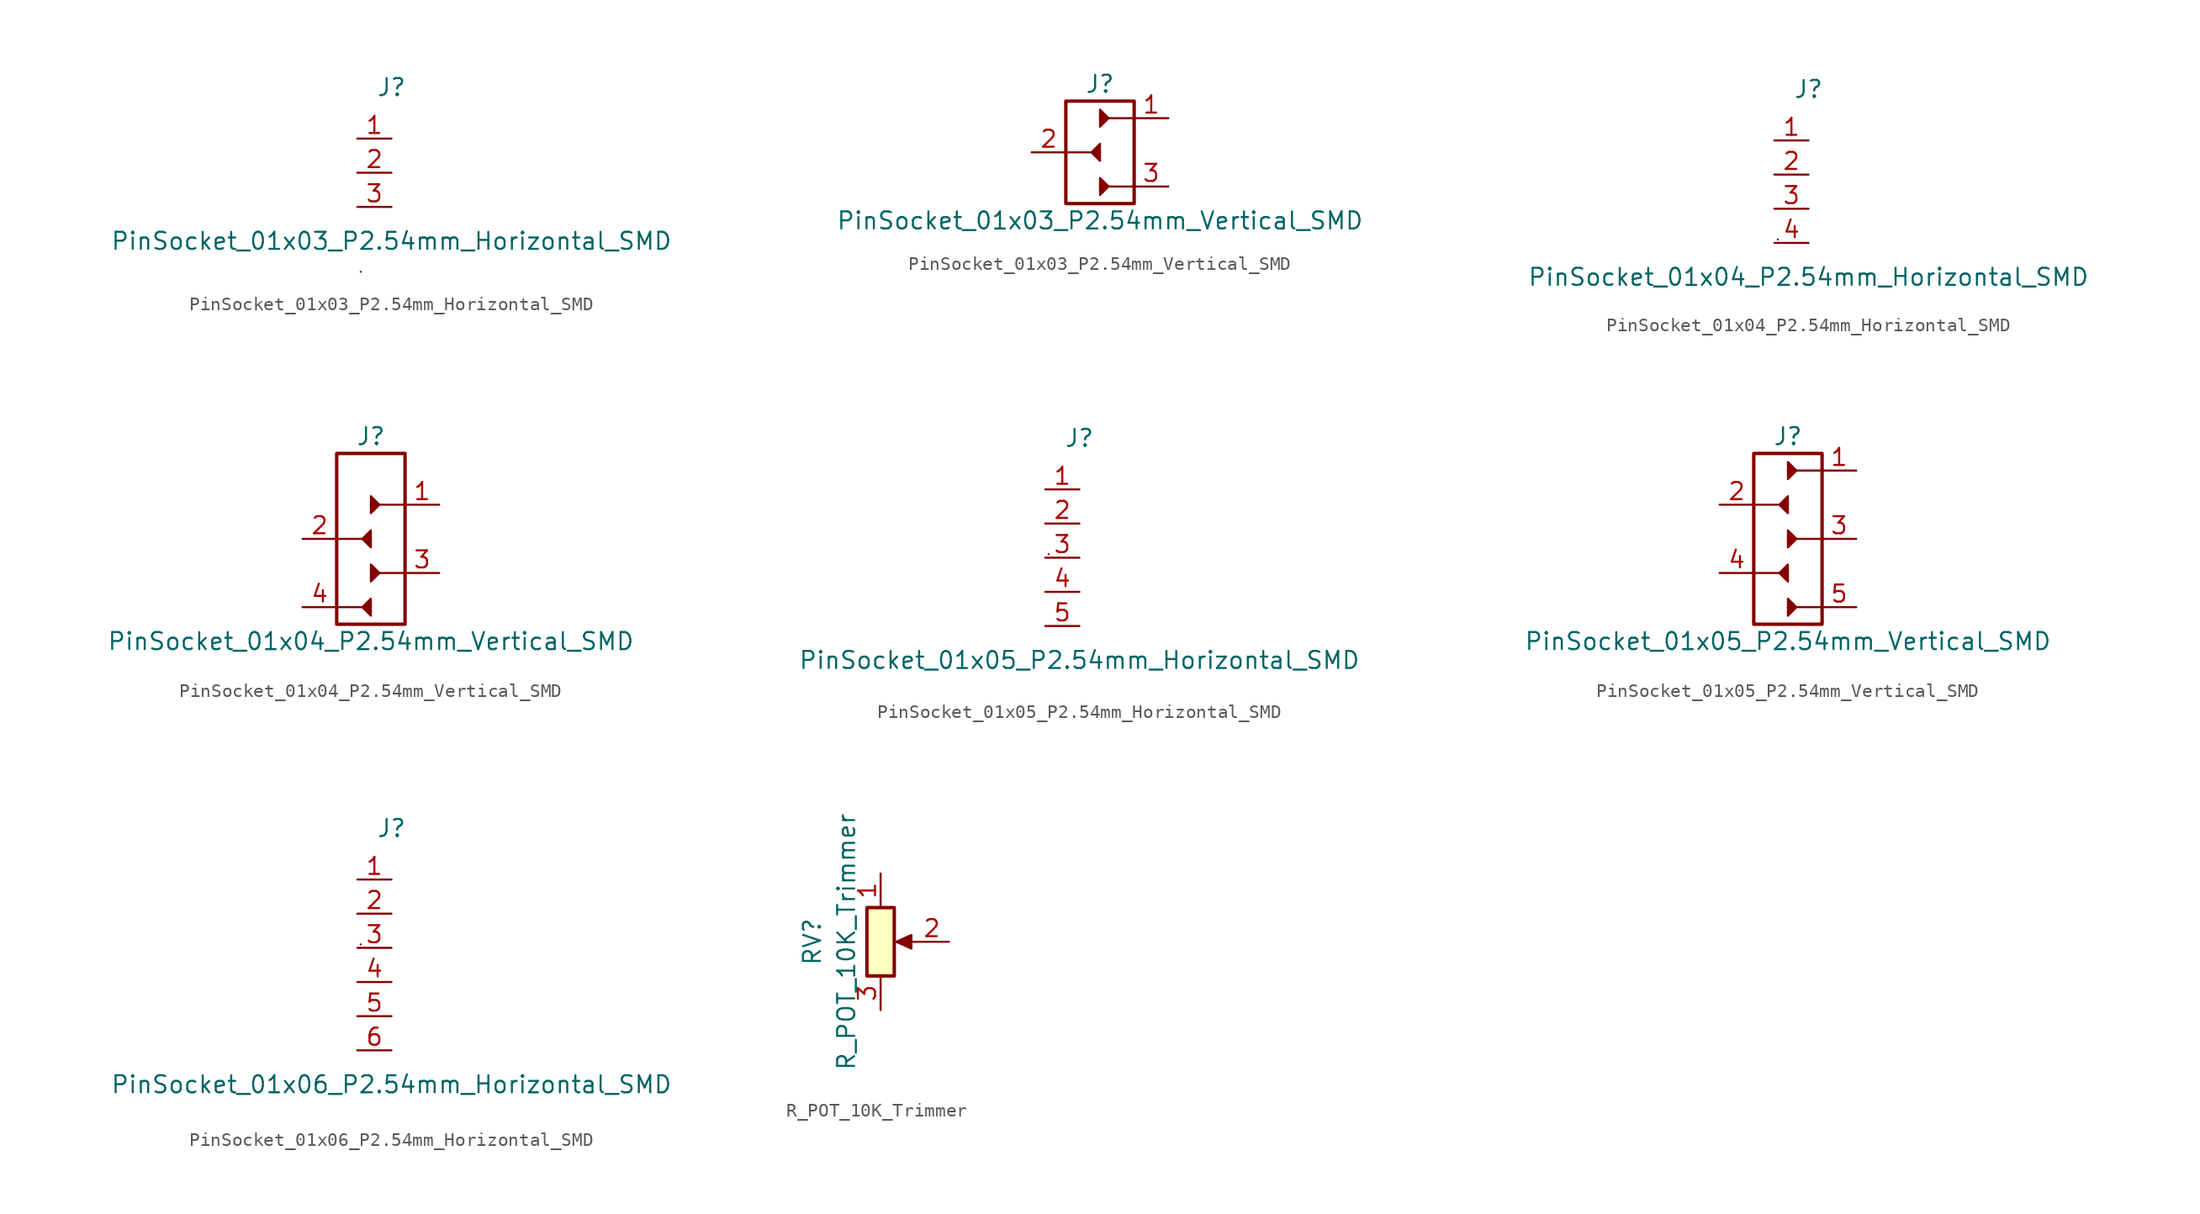
<source format=kicad_sym>
(kicad_symbol_lib
  (version 20231120)
  (generator "kicad_symbol_editor")
  (generator_version "8.0")
  (symbol "PinSocket_01x03_P2.54mm_Horizontal_SMD"
    (property "Reference" "J"
      (at 0 6.35 0)
      (effects (font (size 1.27 1.27))))
    (property "Value" "PinSocket_01x03_P2.54mm_Horizontal_SMD"
      (at 0 -5.08 0)
      (effects (font (size 1.27 1.27))))
    (symbol "PinSocket_01x03_P2.54mm_Horizontal_SMD_0_0"
      (polyline (pts (xy -2.286 -7.366) (xy -2.286 -7.366)) (stroke (width 0) (type default)) (fill (type none))))
    (symbol "PinSocket_01x03_P2.54mm_Horizontal_SMD_1_1"
      (pin passive line (at -2.54 2.54 0) (length 2.54) (name "" (effects (font (size 1.27 1.27)))) (number "1" (effects (font (size 1.27 1.27)))))
      (pin passive line (at -2.54 0 0) (length 2.54) (name "" (effects (font (size 1.27 1.27)))) (number "2" (effects (font (size 1.27 1.27)))))
      (pin passive line (at -2.54 -2.54 0) (length 2.54) (name "" (effects (font (size 1.27 1.27)))) (number "3" (effects (font (size 1.27 1.27)))))))
  (symbol "PinSocket_01x03_P2.54mm_Vertical_SMD"
    (pin_names hide)
    (property "Reference" "J"
      (at 0 5.08 0)
      (effects (font (size 1.27 1.27))))
    (property "Value" "PinSocket_01x03_P2.54mm_Vertical_SMD"
      (at 0 -5.08 0)
      (effects (font (size 1.27 1.27))))
    (symbol "PinSocket_01x03_P2.54mm_Vertical_SMD_0_0"
      (polyline (pts (xy 0 0) (xy -2.54 0)) (stroke (width 0) (type default)) (fill (type none)))
      (polyline (pts (xy 2.54 -2.54) (xy 0 -2.54)) (stroke (width 0) (type default)) (fill (type none)))
      (polyline (pts (xy 2.54 2.54) (xy 0 2.54)) (stroke (width 0) (type default)) (fill (type none)))
      (polyline (pts (xy 0 -3.175) (xy 0.635 -2.54) (xy 0 -1.905) (xy 0 -3.175)) (stroke (width 0) (type default)) (fill (type outline)))
      (polyline (pts (xy 0 -0.635) (xy -0.635 0) (xy 0 0.635) (xy 0 -0.635)) (stroke (width 0) (type default)) (fill (type outline)))
      (polyline (pts (xy 0 1.905) (xy 0.635 2.54) (xy 0 3.175) (xy 0 1.905)) (stroke (width 0) (type default)) (fill (type outline))))
    (symbol "PinSocket_01x03_P2.54mm_Vertical_SMD_1_0"
      (rectangle (start -2.54 3.81) (end 2.54 -3.81) (stroke (width 0.254) (type default)) (fill (type none))))
    (symbol "PinSocket_01x03_P2.54mm_Vertical_SMD_1_1"
      (pin passive line (at 5.08 2.54 180) (length 2.54) (name "Pin_1" (effects (font (size 1.27 1.27)))) (number "1" (effects (font (size 1.27 1.27)))))
      (pin passive line (at -5.08 0 0) (length 2.54) (name "Pin_2" (effects (font (size 1.27 1.27)))) (number "2" (effects (font (size 1.27 1.27)))))
      (pin passive line (at 5.08 -2.54 180) (length 2.54) (name "Pin_1" (effects (font (size 1.27 1.27)))) (number "3" (effects (font (size 1.27 1.27)))))))
  (symbol "PinSocket_01x04_P2.54mm_Horizontal_SMD"
    (property "Reference" "J"
      (at 0 7.62 0)
      (effects (font (size 1.27 1.27))))
    (property "Value" "PinSocket_01x04_P2.54mm_Horizontal_SMD"
      (at 0 -6.35 0)
      (effects (font (size 1.27 1.27))))
    (symbol "PinSocket_01x04_P2.54mm_Horizontal_SMD_0_0"
      (polyline (pts (xy -2.286 -3.556) (xy -2.286 -3.556)) (stroke (width 0) (type default)) (fill (type none))))
    (symbol "PinSocket_01x04_P2.54mm_Horizontal_SMD_1_1"
      (pin passive line (at -2.54 3.81 0) (length 2.54) (name "" (effects (font (size 1.27 1.27)))) (number "1" (effects (font (size 1.27 1.27)))))
      (pin passive line (at -2.54 1.27 0) (length 2.54) (name "" (effects (font (size 1.27 1.27)))) (number "2" (effects (font (size 1.27 1.27)))))
      (pin passive line (at -2.54 -1.27 0) (length 2.54) (name "" (effects (font (size 1.27 1.27)))) (number "3" (effects (font (size 1.27 1.27)))))
      (pin passive line (at -2.54 -3.81 0) (length 2.54) (name "" (effects (font (size 1.27 1.27)))) (number "4" (effects (font (size 1.27 1.27)))))))
  (symbol "PinSocket_01x04_P2.54mm_Vertical_SMD"
    (pin_names hide)
    (property "Reference" "J"
      (at 0 7.62 0)
      (effects (font (size 1.27 1.27))))
    (property "Value" "PinSocket_01x04_P2.54mm_Vertical_SMD"
      (at 0 -7.62 0)
      (effects (font (size 1.27 1.27))))
    (symbol "PinSocket_01x04_P2.54mm_Vertical_SMD_0_0"
      (polyline (pts (xy 0 -5.08) (xy -2.54 -5.08)) (stroke (width 0) (type default)) (fill (type none)))
      (polyline (pts (xy 0 0) (xy -2.54 0)) (stroke (width 0) (type default)) (fill (type none)))
      (polyline (pts (xy 2.54 -2.54) (xy 0 -2.54)) (stroke (width 0) (type default)) (fill (type none)))
      (polyline (pts (xy 2.54 2.54) (xy 0 2.54)) (stroke (width 0) (type default)) (fill (type none)))
      (polyline (pts (xy 0 -5.715) (xy -0.635 -5.08) (xy 0 -4.445) (xy 0 -5.715)) (stroke (width 0) (type default)) (fill (type outline)))
      (polyline (pts (xy 0 -3.175) (xy 0.635 -2.54) (xy 0 -1.905) (xy 0 -3.175)) (stroke (width 0) (type default)) (fill (type outline)))
      (polyline (pts (xy 0 -0.635) (xy -0.635 0) (xy 0 0.635) (xy 0 -0.635)) (stroke (width 0) (type default)) (fill (type outline)))
      (polyline (pts (xy 0 1.905) (xy 0.635 2.54) (xy 0 3.175) (xy 0 1.905)) (stroke (width 0) (type default)) (fill (type outline))))
    (symbol "PinSocket_01x04_P2.54mm_Vertical_SMD_1_0"
      (rectangle (start -2.54 6.35) (end 2.54 -6.35) (stroke (width 0.254) (type default)) (fill (type none))))
    (symbol "PinSocket_01x04_P2.54mm_Vertical_SMD_1_1"
      (pin passive line (at 5.08 2.54 180) (length 2.54) (name "Pin_1" (effects (font (size 1.27 1.27)))) (number "1" (effects (font (size 1.27 1.27)))))
      (pin passive line (at -5.08 0 0) (length 2.54) (name "Pin_2" (effects (font (size 1.27 1.27)))) (number "2" (effects (font (size 1.27 1.27)))))
      (pin passive line (at 5.08 -2.54 180) (length 2.54) (name "Pin_1" (effects (font (size 1.27 1.27)))) (number "3" (effects (font (size 1.27 1.27)))))
      (pin passive line (at -5.08 -5.08 0) (length 2.54) (name "Pin_2" (effects (font (size 1.27 1.27)))) (number "4" (effects (font (size 1.27 1.27)))))))
  (symbol "PinSocket_01x05_P2.54mm_Horizontal_SMD"
    (property "Reference" "J"
      (at 0 8.89 0)
      (effects (font (size 1.27 1.27))))
    (property "Value" "PinSocket_01x05_P2.54mm_Horizontal_SMD"
      (at 0 -7.62 0)
      (effects (font (size 1.27 1.27))))
    (symbol "PinSocket_01x05_P2.54mm_Horizontal_SMD_0_0"
      (polyline (pts (xy -2.286 0.254) (xy -2.286 0.254)) (stroke (width 0) (type default)) (fill (type none))))
    (symbol "PinSocket_01x05_P2.54mm_Horizontal_SMD_1_1"
      (pin passive line (at -2.54 5.08 0) (length 2.54) (name "" (effects (font (size 1.27 1.27)))) (number "1" (effects (font (size 1.27 1.27)))))
      (pin passive line (at -2.54 2.54 0) (length 2.54) (name "" (effects (font (size 1.27 1.27)))) (number "2" (effects (font (size 1.27 1.27)))))
      (pin passive line (at -2.54 0 0) (length 2.54) (name "" (effects (font (size 1.27 1.27)))) (number "3" (effects (font (size 1.27 1.27)))))
      (pin passive line (at -2.54 -2.54 0) (length 2.54) (name "" (effects (font (size 1.27 1.27)))) (number "4" (effects (font (size 1.27 1.27)))))
      (pin passive line (at -2.54 -5.08 0) (length 2.54) (name "" (effects (font (size 1.27 1.27)))) (number "5" (effects (font (size 1.27 1.27)))))))
  (symbol "PinSocket_01x05_P2.54mm_Vertical_SMD"
    (pin_names hide)
    (property "Reference" "J"
      (at 0 7.62 0)
      (effects (font (size 1.27 1.27))))
    (property "Value" "PinSocket_01x05_P2.54mm_Vertical_SMD"
      (at 0 -7.62 0)
      (effects (font (size 1.27 1.27))))
    (symbol "PinSocket_01x05_P2.54mm_Vertical_SMD_0_0"
      (polyline (pts (xy 0 -2.54) (xy -2.54 -2.54)) (stroke (width 0) (type default)) (fill (type none)))
      (polyline (pts (xy 0 2.54) (xy -2.54 2.54)) (stroke (width 0) (type default)) (fill (type none)))
      (polyline (pts (xy 2.54 -5.08) (xy 0 -5.08)) (stroke (width 0) (type default)) (fill (type none)))
      (polyline (pts (xy 2.54 0) (xy 0 0)) (stroke (width 0) (type default)) (fill (type none)))
      (polyline (pts (xy 2.54 5.08) (xy 0 5.08)) (stroke (width 0) (type default)) (fill (type none)))
      (polyline (pts (xy 0 -5.715) (xy 0.635 -5.08) (xy 0 -4.445) (xy 0 -5.715)) (stroke (width 0) (type default)) (fill (type outline)))
      (polyline (pts (xy 0 -3.175) (xy -0.635 -2.54) (xy 0 -1.905) (xy 0 -3.175)) (stroke (width 0) (type default)) (fill (type outline)))
      (polyline (pts (xy 0 -0.635) (xy 0.635 0) (xy 0 0.635) (xy 0 -0.635)) (stroke (width 0) (type default)) (fill (type outline)))
      (polyline (pts (xy 0 1.905) (xy -0.635 2.54) (xy 0 3.175) (xy 0 1.905)) (stroke (width 0) (type default)) (fill (type outline)))
      (polyline (pts (xy 0 4.445) (xy 0.635 5.08) (xy 0 5.715) (xy 0 4.445)) (stroke (width 0) (type default)) (fill (type outline))))
    (symbol "PinSocket_01x05_P2.54mm_Vertical_SMD_1_0"
      (rectangle (start -2.54 6.35) (end 2.54 -6.35) (stroke (width 0.254) (type default)) (fill (type none))))
    (symbol "PinSocket_01x05_P2.54mm_Vertical_SMD_1_1"
      (pin passive line (at 5.08 5.08 180) (length 2.54) (name "Pin_1" (effects (font (size 1.27 1.27)))) (number "1" (effects (font (size 1.27 1.27)))))
      (pin passive line (at -5.08 2.54 0) (length 2.54) (name "Pin_2" (effects (font (size 1.27 1.27)))) (number "2" (effects (font (size 1.27 1.27)))))
      (pin passive line (at 5.08 0 180) (length 2.54) (name "Pin_1" (effects (font (size 1.27 1.27)))) (number "3" (effects (font (size 1.27 1.27)))))
      (pin passive line (at -5.08 -2.54 0) (length 2.54) (name "Pin_2" (effects (font (size 1.27 1.27)))) (number "4" (effects (font (size 1.27 1.27)))))
      (pin passive line (at 5.08 -5.08 180) (length 2.54) (name "Pin_1" (effects (font (size 1.27 1.27)))) (number "5" (effects (font (size 1.27 1.27)))))))
  (symbol "PinSocket_01x06_P2.54mm_Horizontal_SMD"
    (property "Reference" "J"
      (at 0 10.16 0)
      (effects (font (size 1.27 1.27))))
    (property "Value" "PinSocket_01x06_P2.54mm_Horizontal_SMD"
      (at 0 -8.89 0)
      (effects (font (size 1.27 1.27))))
    (symbol "PinSocket_01x06_P2.54mm_Horizontal_SMD_0_0"
      (polyline (pts (xy -2.286 1.524) (xy -2.286 1.524)) (stroke (width 0) (type default)) (fill (type none))))
    (symbol "PinSocket_01x06_P2.54mm_Horizontal_SMD_1_1"
      (pin passive line (at -2.54 6.35 0) (length 2.54) (name "" (effects (font (size 1.27 1.27)))) (number "1" (effects (font (size 1.27 1.27)))))
      (pin passive line (at -2.54 3.81 0) (length 2.54) (name "" (effects (font (size 1.27 1.27)))) (number "2" (effects (font (size 1.27 1.27)))))
      (pin passive line (at -2.54 1.27 0) (length 2.54) (name "" (effects (font (size 1.27 1.27)))) (number "3" (effects (font (size 1.27 1.27)))))
      (pin passive line (at -2.54 -1.27 0) (length 2.54) (name "" (effects (font (size 1.27 1.27)))) (number "4" (effects (font (size 1.27 1.27)))))
      (pin passive line (at -2.54 -3.81 0) (length 2.54) (name "" (effects (font (size 1.27 1.27)))) (number "5" (effects (font (size 1.27 1.27)))))
      (pin passive line (at -2.54 -6.35 0) (length 2.54) (name "" (effects (font (size 1.27 1.27)))) (number "6" (effects (font (size 1.27 1.27)))))))
  (symbol "R_POT_10K_Trimmer"
    (pin_names
      (offset 1.016) hide)
    (property "Reference" "RV"
      (at -5.08 0 90)
      (effects (font (size 1.27 1.27))))
    (property "Value" "R_POT_10K_Trimmer"
      (at -2.54 0 90)
      (effects (font (size 1.27 1.27))))
    (symbol "R_POT_10K_Trimmer_0_1"
      (polyline (pts (xy 2.54 0) (xy 1.524 0)) (stroke (width 0) (type default)) (fill (type none)))
      (polyline (pts (xy 1.143 0) (xy 2.286 0.508) (xy 2.286 -0.508) (xy 1.143 0)) (stroke (width 0) (type default)) (fill (type outline)))
      (rectangle (start 1.016 2.54) (end -1.016 -2.54) (stroke (width 0.254) (type default)) (fill (type background))))
    (symbol "R_POT_10K_Trimmer_1_1"
      (pin passive line (at 0 5.08 270) (length 2.54) (name "1" (effects (font (size 1.27 1.27)))) (number "1" (effects (font (size 1.27 1.27)))))
      (pin passive line (at 5.08 0 180) (length 2.54) (name "2" (effects (font (size 1.27 1.27)))) (number "2" (effects (font (size 1.27 1.27)))))
      (pin passive line (at 0 -5.08 90) (length 2.54) (name "3" (effects (font (size 1.27 1.27)))) (number "3" (effects (font (size 1.27 1.27))))))))
</source>
